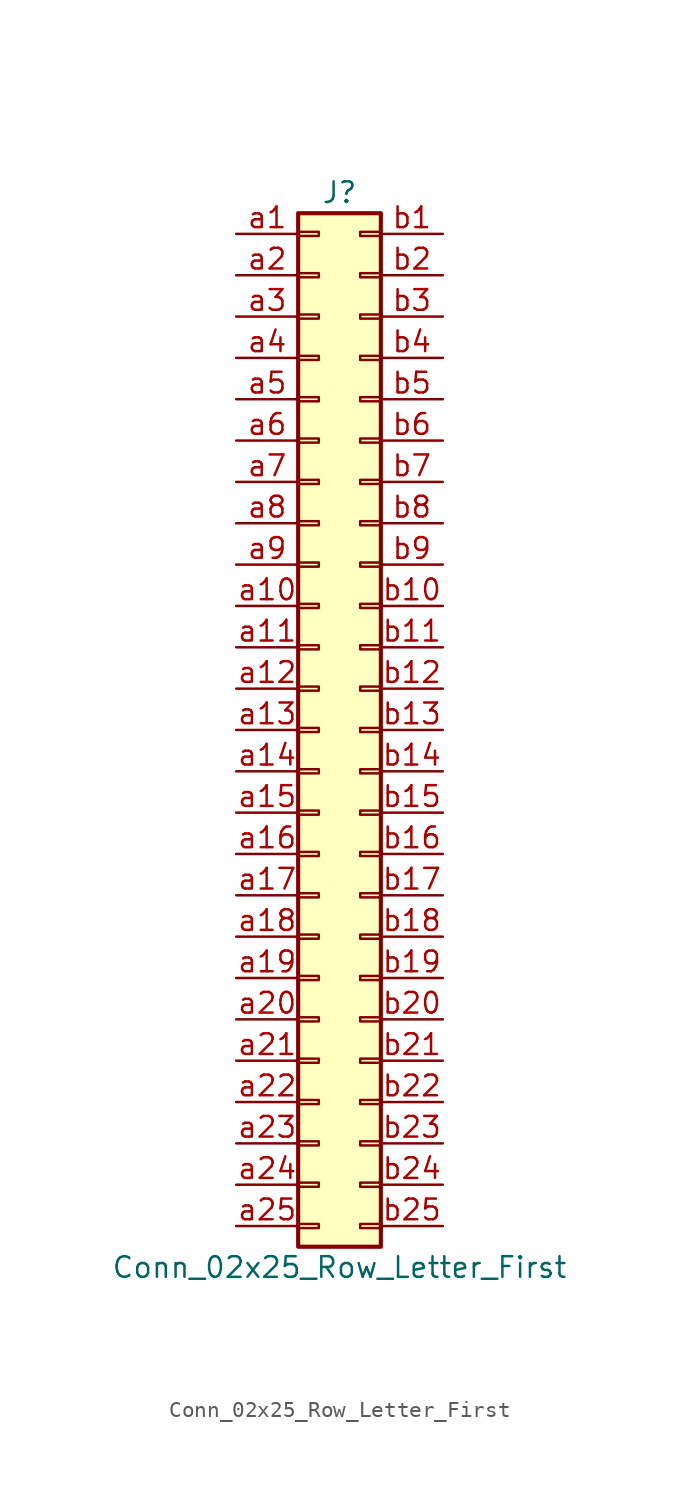
<source format=kicad_sym>
(kicad_symbol_lib
  (version 20201005)
  (generator kicad_symbol_editor)
  (symbol "Conn_02x25_Row_Letter_First"
    (pin_names
      (offset 1.016) hide)
    (property "Reference" "J"
      (at 1.27 33.02 0)
      (effects (font (size 1.27 1.27))))
    (property "Value" "Conn_02x25_Row_Letter_First"
      (at 1.27 -33.02 0)
      (effects (font (size 1.27 1.27))))
    (symbol "Conn_02x25_Row_Letter_First_1_1"
      (rectangle (start -1.27 -30.353) (end 0 -30.607) (stroke (width 0.152)) (fill (type none)))
      (rectangle (start -1.27 -27.813) (end 0 -28.067) (stroke (width 0.152)) (fill (type none)))
      (rectangle (start -1.27 -25.273) (end 0 -25.527) (stroke (width 0.152)) (fill (type none)))
      (rectangle (start -1.27 -22.733) (end 0 -22.987) (stroke (width 0.152)) (fill (type none)))
      (rectangle (start -1.27 -20.193) (end 0 -20.447) (stroke (width 0.152)) (fill (type none)))
      (rectangle (start -1.27 -17.653) (end 0 -17.907) (stroke (width 0.152)) (fill (type none)))
      (rectangle (start -1.27 -15.113) (end 0 -15.367) (stroke (width 0.152)) (fill (type none)))
      (rectangle (start -1.27 -12.573) (end 0 -12.827) (stroke (width 0.152)) (fill (type none)))
      (rectangle (start -1.27 -10.033) (end 0 -10.287) (stroke (width 0.152)) (fill (type none)))
      (rectangle (start -1.27 -7.493) (end 0 -7.747) (stroke (width 0.152)) (fill (type none)))
      (rectangle (start -1.27 -4.953) (end 0 -5.207) (stroke (width 0.152)) (fill (type none)))
      (rectangle (start -1.27 -2.413) (end 0 -2.667) (stroke (width 0.152)) (fill (type none)))
      (rectangle (start -1.27 0.127) (end 0 -0.127) (stroke (width 0.152)) (fill (type none)))
      (rectangle (start -1.27 2.667) (end 0 2.413) (stroke (width 0.152)) (fill (type none)))
      (rectangle (start -1.27 5.207) (end 0 4.953) (stroke (width 0.152)) (fill (type none)))
      (rectangle (start -1.27 7.747) (end 0 7.493) (stroke (width 0.152)) (fill (type none)))
      (rectangle (start -1.27 10.287) (end 0 10.033) (stroke (width 0.152)) (fill (type none)))
      (rectangle (start -1.27 12.827) (end 0 12.573) (stroke (width 0.152)) (fill (type none)))
      (rectangle (start -1.27 15.367) (end 0 15.113) (stroke (width 0.152)) (fill (type none)))
      (rectangle (start -1.27 17.907) (end 0 17.653) (stroke (width 0.152)) (fill (type none)))
      (rectangle (start -1.27 20.447) (end 0 20.193) (stroke (width 0.152)) (fill (type none)))
      (rectangle (start -1.27 22.987) (end 0 22.733) (stroke (width 0.152)) (fill (type none)))
      (rectangle (start -1.27 25.527) (end 0 25.273) (stroke (width 0.152)) (fill (type none)))
      (rectangle (start -1.27 28.067) (end 0 27.813) (stroke (width 0.152)) (fill (type none)))
      (rectangle (start -1.27 30.607) (end 0 30.353) (stroke (width 0.152)) (fill (type none)))
      (rectangle (start -1.27 31.75) (end 3.81 -31.75) (stroke (width 0.254)) (fill (type background)))
      (rectangle (start 3.81 -30.353) (end 2.54 -30.607) (stroke (width 0.152)) (fill (type none)))
      (rectangle (start 3.81 -27.813) (end 2.54 -28.067) (stroke (width 0.152)) (fill (type none)))
      (rectangle (start 3.81 -25.273) (end 2.54 -25.527) (stroke (width 0.152)) (fill (type none)))
      (rectangle (start 3.81 -22.733) (end 2.54 -22.987) (stroke (width 0.152)) (fill (type none)))
      (rectangle (start 3.81 -20.193) (end 2.54 -20.447) (stroke (width 0.152)) (fill (type none)))
      (rectangle (start 3.81 -17.653) (end 2.54 -17.907) (stroke (width 0.152)) (fill (type none)))
      (rectangle (start 3.81 -15.113) (end 2.54 -15.367) (stroke (width 0.152)) (fill (type none)))
      (rectangle (start 3.81 -12.573) (end 2.54 -12.827) (stroke (width 0.152)) (fill (type none)))
      (rectangle (start 3.81 -10.033) (end 2.54 -10.287) (stroke (width 0.152)) (fill (type none)))
      (rectangle (start 3.81 -7.493) (end 2.54 -7.747) (stroke (width 0.152)) (fill (type none)))
      (rectangle (start 3.81 -4.953) (end 2.54 -5.207) (stroke (width 0.152)) (fill (type none)))
      (rectangle (start 3.81 -2.413) (end 2.54 -2.667) (stroke (width 0.152)) (fill (type none)))
      (rectangle (start 3.81 0.127) (end 2.54 -0.127) (stroke (width 0.152)) (fill (type none)))
      (rectangle (start 3.81 2.667) (end 2.54 2.413) (stroke (width 0.152)) (fill (type none)))
      (rectangle (start 3.81 5.207) (end 2.54 4.953) (stroke (width 0.152)) (fill (type none)))
      (rectangle (start 3.81 7.747) (end 2.54 7.493) (stroke (width 0.152)) (fill (type none)))
      (rectangle (start 3.81 10.287) (end 2.54 10.033) (stroke (width 0.152)) (fill (type none)))
      (rectangle (start 3.81 12.827) (end 2.54 12.573) (stroke (width 0.152)) (fill (type none)))
      (rectangle (start 3.81 15.367) (end 2.54 15.113) (stroke (width 0.152)) (fill (type none)))
      (rectangle (start 3.81 17.907) (end 2.54 17.653) (stroke (width 0.152)) (fill (type none)))
      (rectangle (start 3.81 20.447) (end 2.54 20.193) (stroke (width 0.152)) (fill (type none)))
      (rectangle (start 3.81 22.987) (end 2.54 22.733) (stroke (width 0.152)) (fill (type none)))
      (rectangle (start 3.81 25.527) (end 2.54 25.273) (stroke (width 0.152)) (fill (type none)))
      (rectangle (start 3.81 28.067) (end 2.54 27.813) (stroke (width 0.152)) (fill (type none)))
      (rectangle (start 3.81 30.607) (end 2.54 30.353) (stroke (width 0.152)) (fill (type none)))
      (pin passive line (at -5.08 30.48 0) (length 3.81) (name "Pin_a1" (effects (font (size 1.27 1.27)))) (number "a1" (effects (font (size 1.27 1.27)))))
      (pin passive line (at -5.08 7.62 0) (length 3.81) (name "Pin_a10" (effects (font (size 1.27 1.27)))) (number "a10" (effects (font (size 1.27 1.27)))))
      (pin passive line (at -5.08 5.08 0) (length 3.81) (name "Pin_a11" (effects (font (size 1.27 1.27)))) (number "a11" (effects (font (size 1.27 1.27)))))
      (pin passive line (at -5.08 2.54 0) (length 3.81) (name "Pin_a12" (effects (font (size 1.27 1.27)))) (number "a12" (effects (font (size 1.27 1.27)))))
      (pin passive line (at -5.08 0 0) (length 3.81) (name "Pin_a13" (effects (font (size 1.27 1.27)))) (number "a13" (effects (font (size 1.27 1.27)))))
      (pin passive line (at -5.08 -2.54 0) (length 3.81) (name "Pin_a14" (effects (font (size 1.27 1.27)))) (number "a14" (effects (font (size 1.27 1.27)))))
      (pin passive line (at -5.08 -5.08 0) (length 3.81) (name "Pin_a15" (effects (font (size 1.27 1.27)))) (number "a15" (effects (font (size 1.27 1.27)))))
      (pin passive line (at -5.08 -7.62 0) (length 3.81) (name "Pin_a16" (effects (font (size 1.27 1.27)))) (number "a16" (effects (font (size 1.27 1.27)))))
      (pin passive line (at -5.08 -10.16 0) (length 3.81) (name "Pin_a17" (effects (font (size 1.27 1.27)))) (number "a17" (effects (font (size 1.27 1.27)))))
      (pin passive line (at -5.08 -12.7 0) (length 3.81) (name "Pin_a18" (effects (font (size 1.27 1.27)))) (number "a18" (effects (font (size 1.27 1.27)))))
      (pin passive line (at -5.08 -15.24 0) (length 3.81) (name "Pin_a19" (effects (font (size 1.27 1.27)))) (number "a19" (effects (font (size 1.27 1.27)))))
      (pin passive line (at -5.08 27.94 0) (length 3.81) (name "Pin_a2" (effects (font (size 1.27 1.27)))) (number "a2" (effects (font (size 1.27 1.27)))))
      (pin passive line (at -5.08 -17.78 0) (length 3.81) (name "Pin_a20" (effects (font (size 1.27 1.27)))) (number "a20" (effects (font (size 1.27 1.27)))))
      (pin passive line (at -5.08 -20.32 0) (length 3.81) (name "Pin_a21" (effects (font (size 1.27 1.27)))) (number "a21" (effects (font (size 1.27 1.27)))))
      (pin passive line (at -5.08 -22.86 0) (length 3.81) (name "Pin_a22" (effects (font (size 1.27 1.27)))) (number "a22" (effects (font (size 1.27 1.27)))))
      (pin passive line (at -5.08 -25.4 0) (length 3.81) (name "Pin_a23" (effects (font (size 1.27 1.27)))) (number "a23" (effects (font (size 1.27 1.27)))))
      (pin passive line (at -5.08 -27.94 0) (length 3.81) (name "Pin_a24" (effects (font (size 1.27 1.27)))) (number "a24" (effects (font (size 1.27 1.27)))))
      (pin passive line (at -5.08 -30.48 0) (length 3.81) (name "Pin_a25" (effects (font (size 1.27 1.27)))) (number "a25" (effects (font (size 1.27 1.27)))))
      (pin passive line (at -5.08 25.4 0) (length 3.81) (name "Pin_a3" (effects (font (size 1.27 1.27)))) (number "a3" (effects (font (size 1.27 1.27)))))
      (pin passive line (at -5.08 22.86 0) (length 3.81) (name "Pin_a4" (effects (font (size 1.27 1.27)))) (number "a4" (effects (font (size 1.27 1.27)))))
      (pin passive line (at -5.08 20.32 0) (length 3.81) (name "Pin_a5" (effects (font (size 1.27 1.27)))) (number "a5" (effects (font (size 1.27 1.27)))))
      (pin passive line (at -5.08 17.78 0) (length 3.81) (name "Pin_a6" (effects (font (size 1.27 1.27)))) (number "a6" (effects (font (size 1.27 1.27)))))
      (pin passive line (at -5.08 15.24 0) (length 3.81) (name "Pin_a7" (effects (font (size 1.27 1.27)))) (number "a7" (effects (font (size 1.27 1.27)))))
      (pin passive line (at -5.08 12.7 0) (length 3.81) (name "Pin_a8" (effects (font (size 1.27 1.27)))) (number "a8" (effects (font (size 1.27 1.27)))))
      (pin passive line (at -5.08 10.16 0) (length 3.81) (name "Pin_a9" (effects (font (size 1.27 1.27)))) (number "a9" (effects (font (size 1.27 1.27)))))
      (pin passive line (at 7.62 30.48 180) (length 3.81) (name "Pin_b1" (effects (font (size 1.27 1.27)))) (number "b1" (effects (font (size 1.27 1.27)))))
      (pin passive line (at 7.62 7.62 180) (length 3.81) (name "Pin_b10" (effects (font (size 1.27 1.27)))) (number "b10" (effects (font (size 1.27 1.27)))))
      (pin passive line (at 7.62 5.08 180) (length 3.81) (name "Pin_b11" (effects (font (size 1.27 1.27)))) (number "b11" (effects (font (size 1.27 1.27)))))
      (pin passive line (at 7.62 2.54 180) (length 3.81) (name "Pin_b12" (effects (font (size 1.27 1.27)))) (number "b12" (effects (font (size 1.27 1.27)))))
      (pin passive line (at 7.62 0 180) (length 3.81) (name "Pin_b13" (effects (font (size 1.27 1.27)))) (number "b13" (effects (font (size 1.27 1.27)))))
      (pin passive line (at 7.62 -2.54 180) (length 3.81) (name "Pin_b14" (effects (font (size 1.27 1.27)))) (number "b14" (effects (font (size 1.27 1.27)))))
      (pin passive line (at 7.62 -5.08 180) (length 3.81) (name "Pin_b15" (effects (font (size 1.27 1.27)))) (number "b15" (effects (font (size 1.27 1.27)))))
      (pin passive line (at 7.62 -7.62 180) (length 3.81) (name "Pin_b16" (effects (font (size 1.27 1.27)))) (number "b16" (effects (font (size 1.27 1.27)))))
      (pin passive line (at 7.62 -10.16 180) (length 3.81) (name "Pin_b17" (effects (font (size 1.27 1.27)))) (number "b17" (effects (font (size 1.27 1.27)))))
      (pin passive line (at 7.62 -12.7 180) (length 3.81) (name "Pin_b18" (effects (font (size 1.27 1.27)))) (number "b18" (effects (font (size 1.27 1.27)))))
      (pin passive line (at 7.62 -15.24 180) (length 3.81) (name "Pin_b19" (effects (font (size 1.27 1.27)))) (number "b19" (effects (font (size 1.27 1.27)))))
      (pin passive line (at 7.62 27.94 180) (length 3.81) (name "Pin_b2" (effects (font (size 1.27 1.27)))) (number "b2" (effects (font (size 1.27 1.27)))))
      (pin passive line (at 7.62 -17.78 180) (length 3.81) (name "Pin_b20" (effects (font (size 1.27 1.27)))) (number "b20" (effects (font (size 1.27 1.27)))))
      (pin passive line (at 7.62 -20.32 180) (length 3.81) (name "Pin_b21" (effects (font (size 1.27 1.27)))) (number "b21" (effects (font (size 1.27 1.27)))))
      (pin passive line (at 7.62 -22.86 180) (length 3.81) (name "Pin_b22" (effects (font (size 1.27 1.27)))) (number "b22" (effects (font (size 1.27 1.27)))))
      (pin passive line (at 7.62 -25.4 180) (length 3.81) (name "Pin_b23" (effects (font (size 1.27 1.27)))) (number "b23" (effects (font (size 1.27 1.27)))))
      (pin passive line (at 7.62 -27.94 180) (length 3.81) (name "Pin_b24" (effects (font (size 1.27 1.27)))) (number "b24" (effects (font (size 1.27 1.27)))))
      (pin passive line (at 7.62 -30.48 180) (length 3.81) (name "Pin_b25" (effects (font (size 1.27 1.27)))) (number "b25" (effects (font (size 1.27 1.27)))))
      (pin passive line (at 7.62 25.4 180) (length 3.81) (name "Pin_b3" (effects (font (size 1.27 1.27)))) (number "b3" (effects (font (size 1.27 1.27)))))
      (pin passive line (at 7.62 22.86 180) (length 3.81) (name "Pin_b4" (effects (font (size 1.27 1.27)))) (number "b4" (effects (font (size 1.27 1.27)))))
      (pin passive line (at 7.62 20.32 180) (length 3.81) (name "Pin_b5" (effects (font (size 1.27 1.27)))) (number "b5" (effects (font (size 1.27 1.27)))))
      (pin passive line (at 7.62 17.78 180) (length 3.81) (name "Pin_b6" (effects (font (size 1.27 1.27)))) (number "b6" (effects (font (size 1.27 1.27)))))
      (pin passive line (at 7.62 15.24 180) (length 3.81) (name "Pin_b7" (effects (font (size 1.27 1.27)))) (number "b7" (effects (font (size 1.27 1.27)))))
      (pin passive line (at 7.62 12.7 180) (length 3.81) (name "Pin_b8" (effects (font (size 1.27 1.27)))) (number "b8" (effects (font (size 1.27 1.27)))))
      (pin passive line (at 7.62 10.16 180) (length 3.81) (name "Pin_b9" (effects (font (size 1.27 1.27)))) (number "b9" (effects (font (size 1.27 1.27))))))))
</source>
